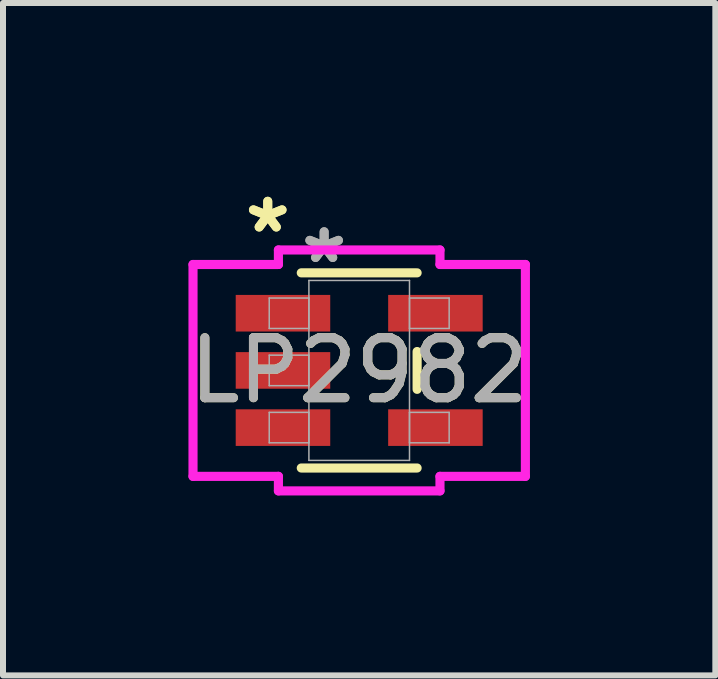
<source format=kicad_pcb>
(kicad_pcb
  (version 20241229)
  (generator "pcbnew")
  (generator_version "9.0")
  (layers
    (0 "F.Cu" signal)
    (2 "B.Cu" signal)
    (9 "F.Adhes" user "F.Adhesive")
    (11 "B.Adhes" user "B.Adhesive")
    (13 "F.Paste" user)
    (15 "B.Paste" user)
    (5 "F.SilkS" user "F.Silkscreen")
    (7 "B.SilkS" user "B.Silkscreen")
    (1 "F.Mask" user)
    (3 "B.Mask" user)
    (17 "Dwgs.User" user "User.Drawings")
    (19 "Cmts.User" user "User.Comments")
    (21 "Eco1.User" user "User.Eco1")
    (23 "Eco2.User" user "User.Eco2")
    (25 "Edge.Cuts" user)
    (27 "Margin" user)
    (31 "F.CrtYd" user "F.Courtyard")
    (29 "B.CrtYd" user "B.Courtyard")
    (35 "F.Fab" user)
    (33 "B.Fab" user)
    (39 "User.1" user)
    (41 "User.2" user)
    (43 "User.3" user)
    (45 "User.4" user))
  (footprint "LP2982"
    (layer "F.Cu")
    (at 2.935 3.122)
    (property "Reference" "LP2982" (at 0 0 0) (unlocked yes) (layer "F.SilkS") (effects (font (size 1 1) (thickness 0.15))))
    (attr smd)
    (fp_line (start -0.965 1.626) (end 0.965 1.626) (stroke (width 0.152) (type solid)) (layer "F.SilkS"))
    (fp_line (start 0.965 -1.626) (end -0.965 -1.626) (stroke (width 0.152) (type solid)) (layer "F.SilkS"))
    (fp_line (start 0.965 0.315) (end 0.965 -0.315) (stroke (width 0.152) (type solid)) (layer "F.SilkS"))
    (fp_line (start -2.769 -1.765) (end -1.346 -1.765) (stroke (width 0.152) (type solid)) (layer "F.CrtYd"))
    (fp_line (start -2.769 1.765) (end -2.769 -1.765) (stroke (width 0.152) (type solid)) (layer "F.CrtYd"))
    (fp_line (start -1.346 -2.007) (end 1.346 -2.007) (stroke (width 0.152) (type solid)) (layer "F.CrtYd"))
    (fp_line (start -1.346 -1.765) (end -1.346 -2.007) (stroke (width 0.152) (type solid)) (layer "F.CrtYd"))
    (fp_line (start -1.346 1.765) (end -2.769 1.765) (stroke (width 0.152) (type solid)) (layer "F.CrtYd"))
    (fp_line (start -1.346 2.007) (end -1.346 1.765) (stroke (width 0.152) (type solid)) (layer "F.CrtYd"))
    (fp_line (start 1.346 -2.007) (end 1.346 -1.765) (stroke (width 0.152) (type solid)) (layer "F.CrtYd"))
    (fp_line (start 1.346 -1.765) (end 2.769 -1.765) (stroke (width 0.152) (type solid)) (layer "F.CrtYd"))
    (fp_line (start 1.346 1.765) (end 1.346 2.007) (stroke (width 0.152) (type solid)) (layer "F.CrtYd"))
    (fp_line (start 1.346 2.007) (end -1.346 2.007) (stroke (width 0.152) (type solid)) (layer "F.CrtYd"))
    (fp_line (start 2.769 -1.765) (end 2.769 1.765) (stroke (width 0.152) (type solid)) (layer "F.CrtYd"))
    (fp_line (start 2.769 1.765) (end 1.346 1.765) (stroke (width 0.152) (type solid)) (layer "F.CrtYd"))
    (fp_line (start -1.499 -1.206) (end -1.499 -0.699) (stroke (width 0.025) (type solid)) (layer "F.Fab"))
    (fp_line (start -1.499 -0.699) (end -0.838 -0.699) (stroke (width 0.025) (type solid)) (layer "F.Fab"))
    (fp_line (start -1.499 -0.254) (end -1.499 0.254) (stroke (width 0.025) (type solid)) (layer "F.Fab"))
    (fp_line (start -1.499 0.254) (end -0.838 0.254) (stroke (width 0.025) (type solid)) (layer "F.Fab"))
    (fp_line (start -1.499 0.699) (end -1.499 1.206) (stroke (width 0.025) (type solid)) (layer "F.Fab"))
    (fp_line (start -1.499 1.206) (end -0.838 1.206) (stroke (width 0.025) (type solid)) (layer "F.Fab"))
    (fp_line (start -0.838 -1.499) (end -0.838 1.499) (stroke (width 0.025) (type solid)) (layer "F.Fab"))
    (fp_line (start -0.838 -1.206) (end -1.499 -1.206) (stroke (width 0.025) (type solid)) (layer "F.Fab"))
    (fp_line (start -0.838 -0.699) (end -0.838 -1.206) (stroke (width 0.025) (type solid)) (layer "F.Fab"))
    (fp_line (start -0.838 -0.254) (end -1.499 -0.254) (stroke (width 0.025) (type solid)) (layer "F.Fab"))
    (fp_line (start -0.838 0.254) (end -0.838 -0.254) (stroke (width 0.025) (type solid)) (layer "F.Fab"))
    (fp_line (start -0.838 0.699) (end -1.499 0.699) (stroke (width 0.025) (type solid)) (layer "F.Fab"))
    (fp_line (start -0.838 1.206) (end -0.838 0.699) (stroke (width 0.025) (type solid)) (layer "F.Fab"))
    (fp_line (start -0.838 1.499) (end 0.838 1.499) (stroke (width 0.025) (type solid)) (layer "F.Fab"))
    (fp_line (start 0.838 -1.499) (end -0.838 -1.499) (stroke (width 0.025) (type solid)) (layer "F.Fab"))
    (fp_line (start 0.838 -1.206) (end 0.838 -0.699) (stroke (width 0.025) (type solid)) (layer "F.Fab"))
    (fp_line (start 0.838 -0.699) (end 1.499 -0.699) (stroke (width 0.025) (type solid)) (layer "F.Fab"))
    (fp_line (start 0.838 0.699) (end 0.838 1.206) (stroke (width 0.025) (type solid)) (layer "F.Fab"))
    (fp_line (start 0.838 1.206) (end 1.499 1.206) (stroke (width 0.025) (type solid)) (layer "F.Fab"))
    (fp_line (start 0.838 1.499) (end 0.838 -1.499) (stroke (width 0.025) (type solid)) (layer "F.Fab"))
    (fp_line (start 1.499 -1.206) (end 0.838 -1.206) (stroke (width 0.025) (type solid)) (layer "F.Fab"))
    (fp_line (start 1.499 -0.699) (end 1.499 -1.206) (stroke (width 0.025) (type solid)) (layer "F.Fab"))
    (fp_line (start 1.499 0.699) (end 0.838 0.699) (stroke (width 0.025) (type solid)) (layer "F.Fab"))
    (fp_line (start 1.499 1.206) (end 1.499 0.699) (stroke (width 0.025) (type solid)) (layer "F.Fab"))
    (fp_text user "*" (at -1.524 -2.273 0) (unlocked yes) (layer "F.SilkS") (effects (font (size 1 1) (thickness 0.15))))
    (fp_text user "*" (at -1.524 -2.273 0) (layer "F.SilkS") (effects (font (size 1 1) (thickness 0.15))))
    (fp_text user "*" (at -0.584 -1.765 0) (unlocked yes) (layer "F.Fab") (effects (font (size 1 1) (thickness 0.15))))
    (fp_text user "*" (at -0.584 -1.765 0) (layer "F.Fab") (effects (font (size 1 1) (thickness 0.15))))
    (fp_text user "${REFERENCE}" (at 0 0 0) (unlocked yes) (layer "F.Fab") (effects (font (size 1 1) (thickness 0.15))))
    (pad "1" smd rect (at -1.27 -0.953) (size 1.575 0.61) (layers "F.Cu" "F.Mask" "F.Paste"))
    (pad "2" smd rect (at -1.27 0) (size 1.575 0.61) (layers "F.Cu" "F.Mask" "F.Paste"))
    (pad "3" smd rect (at -1.27 0.953) (size 1.575 0.61) (layers "F.Cu" "F.Mask" "F.Paste"))
    (pad "4" smd rect (at 1.27 0.953) (size 1.575 0.61) (layers "F.Cu" "F.Mask" "F.Paste"))
    (pad "5" smd rect (at 1.27 -0.953) (size 1.575 0.61) (layers "F.Cu" "F.Mask" "F.Paste")))
  (gr_rect
    (start -3 -3)
    (end 8.869 8.204)
    (stroke (width 0.1) (type default))
    (fill no)
    (layer "Edge.Cuts")))
</source>
